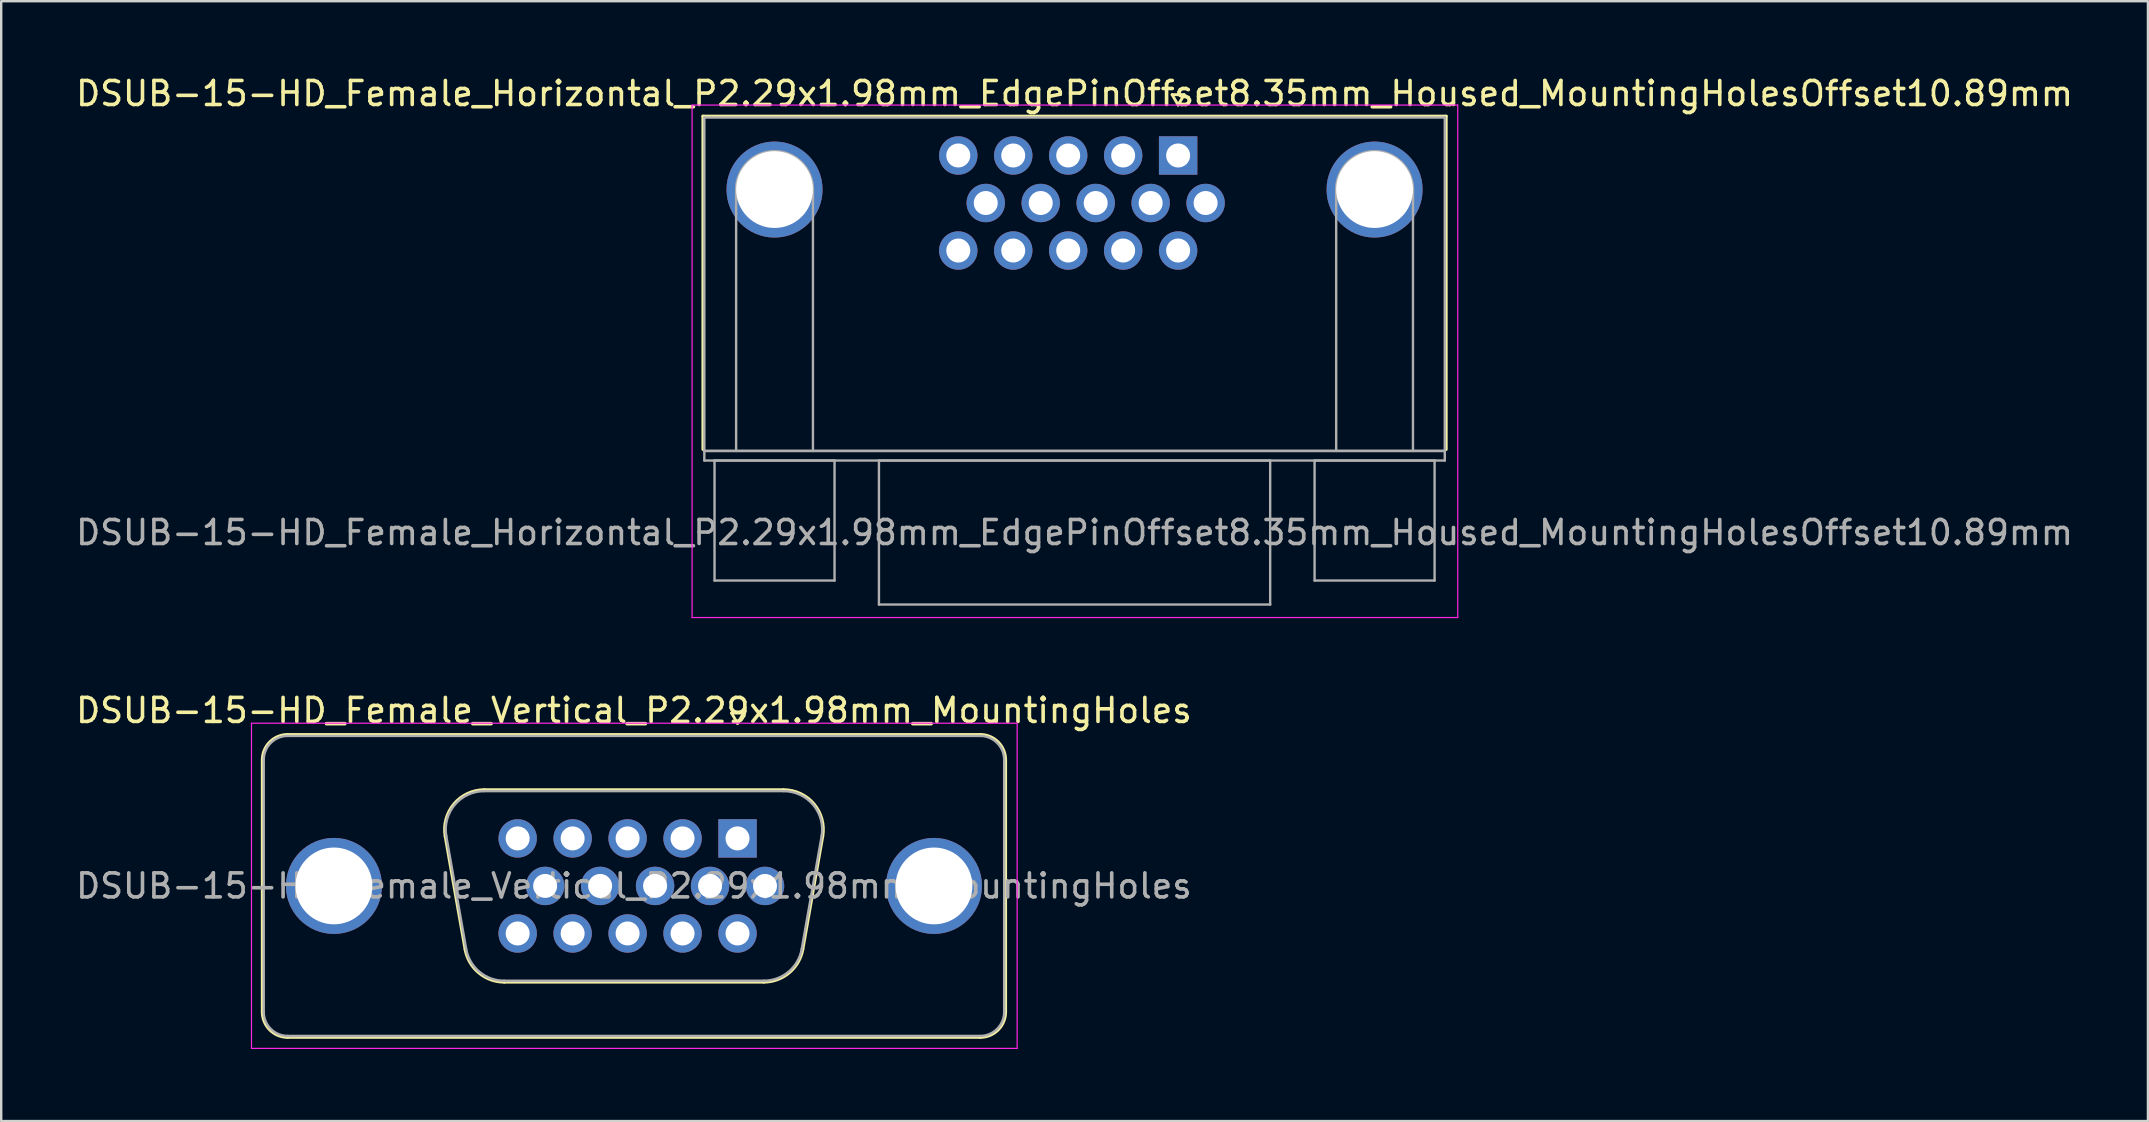
<source format=kicad_pcb>
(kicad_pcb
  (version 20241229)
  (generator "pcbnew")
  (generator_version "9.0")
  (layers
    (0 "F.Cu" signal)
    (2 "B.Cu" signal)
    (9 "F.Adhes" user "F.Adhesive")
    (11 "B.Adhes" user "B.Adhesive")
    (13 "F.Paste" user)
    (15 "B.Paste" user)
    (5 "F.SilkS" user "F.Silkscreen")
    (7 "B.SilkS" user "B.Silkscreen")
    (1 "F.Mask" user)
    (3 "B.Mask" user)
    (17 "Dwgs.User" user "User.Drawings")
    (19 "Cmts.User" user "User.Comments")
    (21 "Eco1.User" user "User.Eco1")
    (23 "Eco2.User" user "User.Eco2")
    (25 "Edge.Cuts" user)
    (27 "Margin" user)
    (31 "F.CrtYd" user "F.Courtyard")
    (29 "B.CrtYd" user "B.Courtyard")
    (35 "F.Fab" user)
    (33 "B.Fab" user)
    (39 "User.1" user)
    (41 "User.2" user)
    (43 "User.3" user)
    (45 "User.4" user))
  (footprint "DSUB-15-HD_Female_Horizontal_P2.29x1.98mm_EdgePinOffset8.35mm_Housed_MountingHolesOffset10.89mm"
    (layer "F.Cu")
    (at 46.035 3.428)
    (property "Reference" "DSUB-15-HD_Female_Horizontal_P2.29x1.98mm_EdgePinOffset8.35mm_Housed_MountingHolesOffset10.89mm" (at -4.315 -2.58 0) (layer "F.SilkS") (effects (font (size 1 1) (thickness 0.15))))
    (attr through_hole)
    (fp_line (start -19.8 -1.64) (end 11.17 -1.64) (stroke (width 0.12) (type solid)) (layer "F.SilkS"))
    (fp_line (start -19.8 12.25) (end -19.8 -1.64) (stroke (width 0.12) (type solid)) (layer "F.SilkS"))
    (fp_line (start -0.25 -2.534) (end 0.25 -2.534) (stroke (width 0.12) (type solid)) (layer "F.SilkS"))
    (fp_line (start 0 -2.101) (end -0.25 -2.534) (stroke (width 0.12) (type solid)) (layer "F.SilkS"))
    (fp_line (start 0.25 -2.534) (end 0 -2.101) (stroke (width 0.12) (type solid)) (layer "F.SilkS"))
    (fp_line (start 11.17 -1.64) (end 11.17 12.25) (stroke (width 0.12) (type solid)) (layer "F.SilkS"))
    (fp_line (start -20.25 -2.1) (end -20.25 19.25) (stroke (width 0.05) (type solid)) (layer "F.CrtYd"))
    (fp_line (start -20.25 19.25) (end 11.65 19.25) (stroke (width 0.05) (type solid)) (layer "F.CrtYd"))
    (fp_line (start 11.65 -2.1) (end -20.25 -2.1) (stroke (width 0.05) (type solid)) (layer "F.CrtYd"))
    (fp_line (start 11.65 19.25) (end 11.65 -2.1) (stroke (width 0.05) (type solid)) (layer "F.CrtYd"))
    (fp_line (start -19.74 -1.58) (end -19.74 12.31) (stroke (width 0.1) (type solid)) (layer "F.Fab"))
    (fp_line (start -19.74 12.31) (end -19.74 12.71) (stroke (width 0.1) (type solid)) (layer "F.Fab"))
    (fp_line (start -19.74 12.31) (end 11.11 12.31) (stroke (width 0.1) (type solid)) (layer "F.Fab"))
    (fp_line (start -19.74 12.71) (end 11.11 12.71) (stroke (width 0.1) (type solid)) (layer "F.Fab"))
    (fp_line (start -19.315 12.71) (end -19.315 17.71) (stroke (width 0.1) (type solid)) (layer "F.Fab"))
    (fp_line (start -19.315 17.71) (end -14.315 17.71) (stroke (width 0.1) (type solid)) (layer "F.Fab"))
    (fp_line (start -18.415 12.31) (end -18.415 1.42) (stroke (width 0.1) (type solid)) (layer "F.Fab"))
    (fp_line (start -15.215 12.31) (end -15.215 1.42) (stroke (width 0.1) (type solid)) (layer "F.Fab"))
    (fp_line (start -14.315 12.71) (end -19.315 12.71) (stroke (width 0.1) (type solid)) (layer "F.Fab"))
    (fp_line (start -14.315 17.71) (end -14.315 12.71) (stroke (width 0.1) (type solid)) (layer "F.Fab"))
    (fp_line (start -12.465 12.71) (end -12.465 18.71) (stroke (width 0.1) (type solid)) (layer "F.Fab"))
    (fp_line (start -12.465 18.71) (end 3.835 18.71) (stroke (width 0.1) (type solid)) (layer "F.Fab"))
    (fp_line (start 3.835 12.71) (end -12.465 12.71) (stroke (width 0.1) (type solid)) (layer "F.Fab"))
    (fp_line (start 3.835 18.71) (end 3.835 12.71) (stroke (width 0.1) (type solid)) (layer "F.Fab"))
    (fp_line (start 5.685 12.71) (end 5.685 17.71) (stroke (width 0.1) (type solid)) (layer "F.Fab"))
    (fp_line (start 5.685 17.71) (end 10.685 17.71) (stroke (width 0.1) (type solid)) (layer "F.Fab"))
    (fp_line (start 6.585 12.31) (end 6.585 1.42) (stroke (width 0.1) (type solid)) (layer "F.Fab"))
    (fp_line (start 9.785 12.31) (end 9.785 1.42) (stroke (width 0.1) (type solid)) (layer "F.Fab"))
    (fp_line (start 10.685 12.71) (end 5.685 12.71) (stroke (width 0.1) (type solid)) (layer "F.Fab"))
    (fp_line (start 10.685 17.71) (end 10.685 12.71) (stroke (width 0.1) (type solid)) (layer "F.Fab"))
    (fp_line (start 11.11 -1.58) (end -19.74 -1.58) (stroke (width 0.1) (type solid)) (layer "F.Fab"))
    (fp_line (start 11.11 12.31) (end -19.74 12.31) (stroke (width 0.1) (type solid)) (layer "F.Fab"))
    (fp_line (start 11.11 12.31) (end 11.11 -1.58) (stroke (width 0.1) (type solid)) (layer "F.Fab"))
    (fp_line (start 11.11 12.71) (end 11.11 12.31) (stroke (width 0.1) (type solid)) (layer "F.Fab"))
    (fp_arc (start -18.415 1.42) (mid -16.815 -0.18) (end -15.215 1.42) (stroke (width 0.1) (type solid)) (layer "F.Fab"))
    (fp_arc (start 6.585 1.42) (mid 8.185 -0.18) (end 9.785 1.42) (stroke (width 0.1) (type solid)) (layer "F.Fab"))
    (fp_text user "${REFERENCE}" (at -4.315 15.71 0) (layer "F.Fab") (effects (font (size 1 1) (thickness 0.15))))
    (pad "0" thru_hole circle (at -16.815 1.42) (size 4 4) (drill 3.2) (layers "*.Cu" "*.Mask"))
    (pad "0" thru_hole circle (at 8.185 1.42) (size 4 4) (drill 3.2) (layers "*.Cu" "*.Mask"))
    (pad "1" thru_hole rect (at 0 0) (size 1.6 1.6) (drill 1) (layers "*.Cu" "*.Mask"))
    (pad "2" thru_hole circle (at -2.29 0) (size 1.6 1.6) (drill 1) (layers "*.Cu" "*.Mask"))
    (pad "3" thru_hole circle (at -4.58 0) (size 1.6 1.6) (drill 1) (layers "*.Cu" "*.Mask"))
    (pad "4" thru_hole circle (at -6.87 0) (size 1.6 1.6) (drill 1) (layers "*.Cu" "*.Mask"))
    (pad "5" thru_hole circle (at -9.16 0) (size 1.6 1.6) (drill 1) (layers "*.Cu" "*.Mask"))
    (pad "6" thru_hole circle (at 1.145 1.98) (size 1.6 1.6) (drill 1) (layers "*.Cu" "*.Mask"))
    (pad "7" thru_hole circle (at -1.145 1.98) (size 1.6 1.6) (drill 1) (layers "*.Cu" "*.Mask"))
    (pad "8" thru_hole circle (at -3.435 1.98) (size 1.6 1.6) (drill 1) (layers "*.Cu" "*.Mask"))
    (pad "9" thru_hole circle (at -5.725 1.98) (size 1.6 1.6) (drill 1) (layers "*.Cu" "*.Mask"))
    (pad "10" thru_hole circle (at -8.015 1.98) (size 1.6 1.6) (drill 1) (layers "*.Cu" "*.Mask"))
    (pad "11" thru_hole circle (at 0 3.96) (size 1.6 1.6) (drill 1) (layers "*.Cu" "*.Mask"))
    (pad "12" thru_hole circle (at -2.29 3.96) (size 1.6 1.6) (drill 1) (layers "*.Cu" "*.Mask"))
    (pad "13" thru_hole circle (at -4.58 3.96) (size 1.6 1.6) (drill 1) (layers "*.Cu" "*.Mask"))
    (pad "14" thru_hole circle (at -6.87 3.96) (size 1.6 1.6) (drill 1) (layers "*.Cu" "*.Mask"))
    (pad "15" thru_hole circle (at -9.16 3.96) (size 1.6 1.6) (drill 1) (layers "*.Cu" "*.Mask")))
  (footprint "DSUB-15-HD_Female_Vertical_P2.29x1.98mm_MountingHoles"
    (layer "F.Cu")
    (at 27.678 31.881)
    (property "Reference" "DSUB-15-HD_Female_Vertical_P2.29x1.98mm_MountingHoles" (at -4.315 -5.33 0) (layer "F.SilkS") (effects (font (size 1 1) (thickness 0.15))))
    (attr through_hole)
    (fp_line (start -19.8 7.23) (end -19.8 -3.27) (stroke (width 0.12) (type solid)) (layer "F.SilkS"))
    (fp_line (start -18.74 -4.33) (end 10.11 -4.33) (stroke (width 0.12) (type solid)) (layer "F.SilkS"))
    (fp_line (start -12.181 -0.082) (end -11.353 4.618) (stroke (width 0.12) (type solid)) (layer "F.SilkS"))
    (fp_line (start -10.547 -2.03) (end 1.917 -2.03) (stroke (width 0.12) (type solid)) (layer "F.SilkS"))
    (fp_line (start -9.718 5.99) (end 1.088 5.99) (stroke (width 0.12) (type solid)) (layer "F.SilkS"))
    (fp_line (start -0.25 -5.224) (end 0.25 -5.224) (stroke (width 0.12) (type solid)) (layer "F.SilkS"))
    (fp_line (start 0 -4.791) (end -0.25 -5.224) (stroke (width 0.12) (type solid)) (layer "F.SilkS"))
    (fp_line (start 0.25 -5.224) (end 0 -4.791) (stroke (width 0.12) (type solid)) (layer "F.SilkS"))
    (fp_line (start 3.551 -0.082) (end 2.723 4.618) (stroke (width 0.12) (type solid)) (layer "F.SilkS"))
    (fp_line (start 10.11 8.29) (end -18.74 8.29) (stroke (width 0.12) (type solid)) (layer "F.SilkS"))
    (fp_line (start 11.17 -3.27) (end 11.17 7.23) (stroke (width 0.12) (type solid)) (layer "F.SilkS"))
    (fp_arc (start -19.8 -3.27) (mid -19.489533 -4.019533) (end -18.74 -4.33) (stroke (width 0.12) (type solid)) (layer "F.SilkS"))
    (fp_arc (start -18.74 8.29) (mid -19.489533 7.979533) (end -19.8 7.23) (stroke (width 0.12) (type solid)) (layer "F.SilkS"))
    (fp_arc (start -12.18147 -0.081744) (mid -11.818323 -1.437028) (end -10.546689 -2.03) (stroke (width 0.12) (type solid)) (layer "F.SilkS"))
    (fp_arc (start -9.717952 5.99) (mid -10.784979 5.601634) (end -11.352733 4.618256) (stroke (width 0.12) (type solid)) (layer "F.SilkS"))
    (fp_arc (start 1.916689 -2.03) (mid 3.188323 -1.437027) (end 3.55147 -0.081744) (stroke (width 0.12) (type solid)) (layer "F.SilkS"))
    (fp_arc (start 2.722733 4.618256) (mid 2.15498 5.601634) (end 1.087952 5.99) (stroke (width 0.12) (type solid)) (layer "F.SilkS"))
    (fp_arc (start 10.11 -4.33) (mid 10.859533 -4.019533) (end 11.17 -3.27) (stroke (width 0.12) (type solid)) (layer "F.SilkS"))
    (fp_arc (start 11.17 7.23) (mid 10.859533 7.979533) (end 10.11 8.29) (stroke (width 0.12) (type solid)) (layer "F.SilkS"))
    (fp_line (start -20.25 -4.8) (end -20.25 8.75) (stroke (width 0.05) (type solid)) (layer "F.CrtYd"))
    (fp_line (start -20.25 8.75) (end 11.65 8.75) (stroke (width 0.05) (type solid)) (layer "F.CrtYd"))
    (fp_line (start 11.65 -4.8) (end -20.25 -4.8) (stroke (width 0.05) (type solid)) (layer "F.CrtYd"))
    (fp_line (start 11.65 8.75) (end 11.65 -4.8) (stroke (width 0.05) (type solid)) (layer "F.CrtYd"))
    (fp_line (start -19.74 7.23) (end -19.74 -3.27) (stroke (width 0.1) (type solid)) (layer "F.Fab"))
    (fp_line (start -18.74 -4.27) (end 10.11 -4.27) (stroke (width 0.1) (type solid)) (layer "F.Fab"))
    (fp_line (start -12.134 -0.092) (end -11.305 4.608) (stroke (width 0.1) (type solid)) (layer "F.Fab"))
    (fp_line (start -10.558 -1.97) (end 1.928 -1.97) (stroke (width 0.1) (type solid)) (layer "F.Fab"))
    (fp_line (start -9.729 5.93) (end 1.099 5.93) (stroke (width 0.1) (type solid)) (layer "F.Fab"))
    (fp_line (start 3.504 -0.092) (end 2.675 4.608) (stroke (width 0.1) (type solid)) (layer "F.Fab"))
    (fp_line (start 10.11 8.23) (end -18.74 8.23) (stroke (width 0.1) (type solid)) (layer "F.Fab"))
    (fp_line (start 11.11 -3.27) (end 11.11 7.23) (stroke (width 0.1) (type solid)) (layer "F.Fab"))
    (fp_arc (start -19.74 -3.27) (mid -19.447107 -3.977107) (end -18.74 -4.27) (stroke (width 0.1) (type solid)) (layer "F.Fab"))
    (fp_arc (start -18.74 8.23) (mid -19.447107 7.937107) (end -19.74 7.23) (stroke (width 0.1) (type solid)) (layer "F.Fab"))
    (fp_arc (start -12.133886 -0.092163) (mid -11.783865 -1.39846) (end -10.558194 -1.97) (stroke (width 0.1) (type solid)) (layer "F.Fab"))
    (fp_arc (start -9.729457 5.93) (mid -10.757917 5.555671) (end -11.305149 4.607837) (stroke (width 0.1) (type solid)) (layer "F.Fab"))
    (fp_arc (start 1.928194 -1.97) (mid 3.153865 -1.39846) (end 3.503886 -0.092163) (stroke (width 0.1) (type solid)) (layer "F.Fab"))
    (fp_arc (start 2.675149 4.607837) (mid 2.127917 5.555671) (end 1.099457 5.93) (stroke (width 0.1) (type solid)) (layer "F.Fab"))
    (fp_arc (start 10.11 -4.27) (mid 10.817107 -3.977107) (end 11.11 -3.27) (stroke (width 0.1) (type solid)) (layer "F.Fab"))
    (fp_arc (start 11.11 7.23) (mid 10.817107 7.937107) (end 10.11 8.23) (stroke (width 0.1) (type solid)) (layer "F.Fab"))
    (fp_text user "${REFERENCE}" (at -4.315 1.98 0) (layer "F.Fab") (effects (font (size 1 1) (thickness 0.15))))
    (pad "0" thru_hole circle (at -16.815 1.98) (size 4 4) (drill 3.2) (layers "*.Cu" "*.Mask"))
    (pad "0" thru_hole circle (at 8.185 1.98) (size 4 4) (drill 3.2) (layers "*.Cu" "*.Mask"))
    (pad "1" thru_hole rect (at 0 0) (size 1.6 1.6) (drill 1) (layers "*.Cu" "*.Mask"))
    (pad "2" thru_hole circle (at -2.29 0) (size 1.6 1.6) (drill 1) (layers "*.Cu" "*.Mask"))
    (pad "3" thru_hole circle (at -4.58 0) (size 1.6 1.6) (drill 1) (layers "*.Cu" "*.Mask"))
    (pad "4" thru_hole circle (at -6.87 0) (size 1.6 1.6) (drill 1) (layers "*.Cu" "*.Mask"))
    (pad "5" thru_hole circle (at -9.16 0) (size 1.6 1.6) (drill 1) (layers "*.Cu" "*.Mask"))
    (pad "6" thru_hole circle (at 1.145 1.98) (size 1.6 1.6) (drill 1) (layers "*.Cu" "*.Mask"))
    (pad "7" thru_hole circle (at -1.145 1.98) (size 1.6 1.6) (drill 1) (layers "*.Cu" "*.Mask"))
    (pad "8" thru_hole circle (at -3.435 1.98) (size 1.6 1.6) (drill 1) (layers "*.Cu" "*.Mask"))
    (pad "9" thru_hole circle (at -5.725 1.98) (size 1.6 1.6) (drill 1) (layers "*.Cu" "*.Mask"))
    (pad "10" thru_hole circle (at -8.015 1.98) (size 1.6 1.6) (drill 1) (layers "*.Cu" "*.Mask"))
    (pad "11" thru_hole circle (at 0 3.96) (size 1.6 1.6) (drill 1) (layers "*.Cu" "*.Mask"))
    (pad "12" thru_hole circle (at -2.29 3.96) (size 1.6 1.6) (drill 1) (layers "*.Cu" "*.Mask"))
    (pad "13" thru_hole circle (at -4.58 3.96) (size 1.6 1.6) (drill 1) (layers "*.Cu" "*.Mask"))
    (pad "14" thru_hole circle (at -6.87 3.96) (size 1.6 1.6) (drill 1) (layers "*.Cu" "*.Mask"))
    (pad "15" thru_hole circle (at -9.16 3.96) (size 1.6 1.6) (drill 1) (layers "*.Cu" "*.Mask")))
  (gr_rect
    (start -3 -3)
    (end 86.44 43.657)
    (stroke (width 0.1) (type default))
    (fill no)
    (layer "Edge.Cuts")))
</source>
